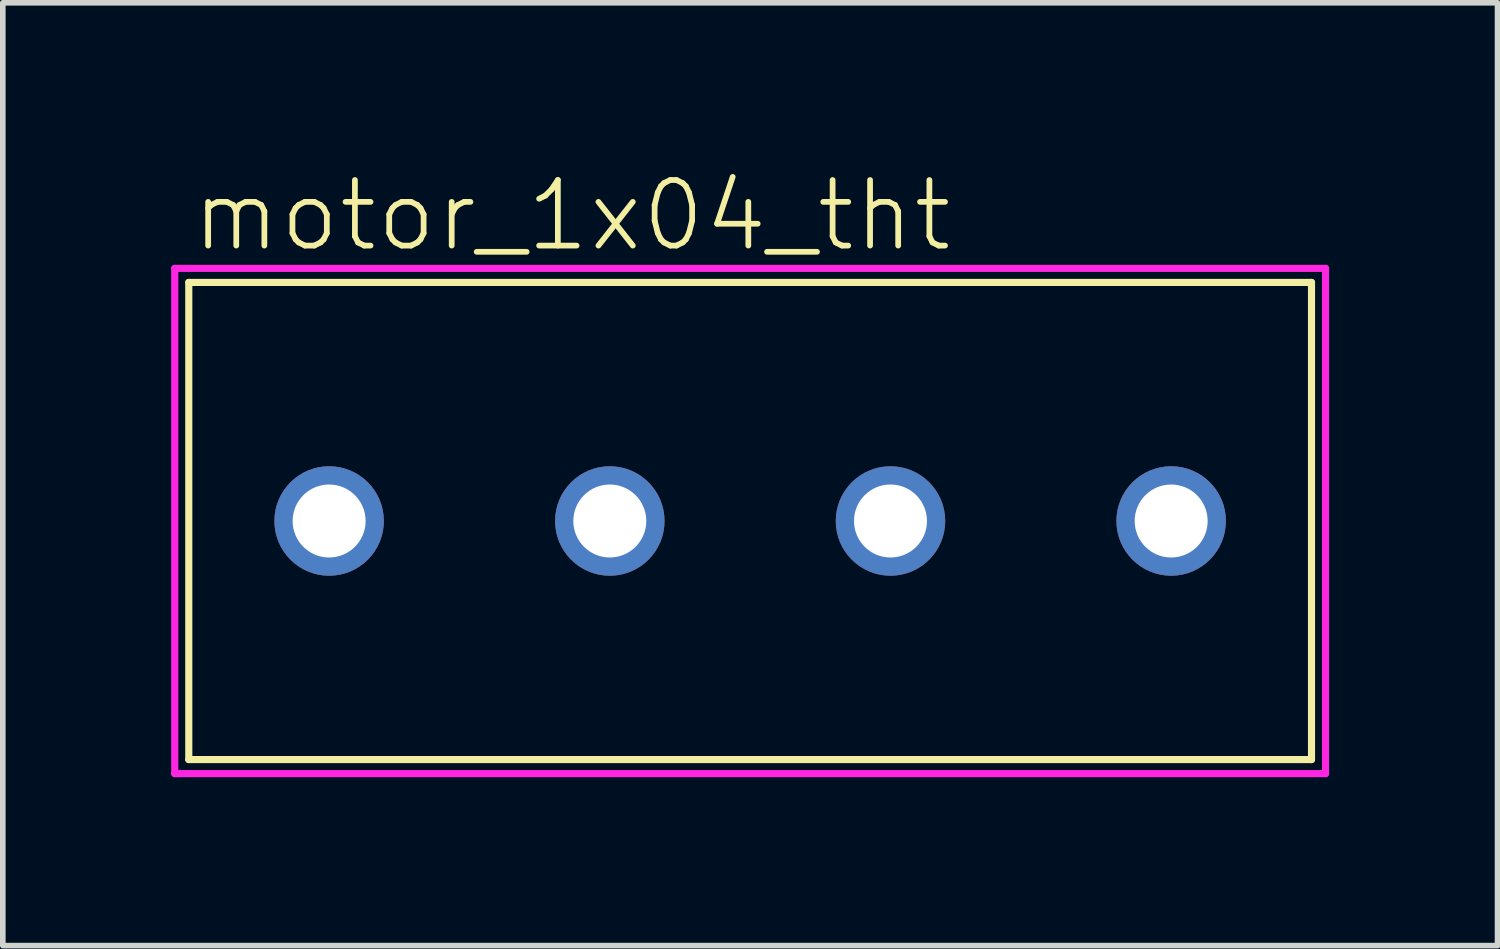
<source format=kicad_pcb>
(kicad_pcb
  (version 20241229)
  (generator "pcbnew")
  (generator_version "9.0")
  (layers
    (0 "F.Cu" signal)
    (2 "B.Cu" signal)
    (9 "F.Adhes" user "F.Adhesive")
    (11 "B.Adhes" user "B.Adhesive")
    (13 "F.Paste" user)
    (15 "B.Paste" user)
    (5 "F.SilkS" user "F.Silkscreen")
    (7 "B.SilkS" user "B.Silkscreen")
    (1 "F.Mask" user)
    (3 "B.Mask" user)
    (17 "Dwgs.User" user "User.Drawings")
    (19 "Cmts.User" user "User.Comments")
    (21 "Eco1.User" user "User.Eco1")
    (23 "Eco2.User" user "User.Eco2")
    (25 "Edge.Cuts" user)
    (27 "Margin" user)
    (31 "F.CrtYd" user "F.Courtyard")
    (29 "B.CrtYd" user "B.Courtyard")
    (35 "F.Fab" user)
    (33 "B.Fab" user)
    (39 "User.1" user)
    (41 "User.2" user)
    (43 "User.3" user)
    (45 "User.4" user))
  (footprint "motor_1x04_tht"
    (layer "F.Cu")
    (at 10.313 6.231)
    (property "Reference" "motor_1x04_tht" (at -10 -4.758 0) (layer "F.SilkS") (effects (font (size 1.168 1.168) (thickness 0.102)) (justify left bottom)))
    (fp_line (start -10 -4.25) (end 10 -4.25) (stroke (width 0.127) (type solid)) (layer "F.SilkS"))
    (fp_line (start -10 4.25) (end -10 -4.25) (stroke (width 0.127) (type solid)) (layer "F.SilkS"))
    (fp_line (start 10 -4.25) (end 10 4.25) (stroke (width 0.127) (type solid)) (layer "F.SilkS"))
    (fp_line (start 10 4.25) (end -10 4.25) (stroke (width 0.127) (type solid)) (layer "F.SilkS"))
    (fp_line (start -10.25 -4.5) (end 10.25 -4.5) (stroke (width 0.127) (type solid)) (layer "F.CrtYd"))
    (fp_line (start -10.25 4.5) (end -10.25 -4.5) (stroke (width 0.127) (type solid)) (layer "F.CrtYd"))
    (fp_line (start 10.25 -4.5) (end 10.25 4.5) (stroke (width 0.127) (type solid)) (layer "F.CrtYd"))
    (fp_line (start 10.25 4.5) (end -10.25 4.5) (stroke (width 0.127) (type solid)) (layer "F.CrtYd"))
    (pad "1" thru_hole circle (at -7.5 0) (size 1.95 1.95) (drill 1.3) (layers "*.Cu" "*.Mask"))
    (pad "2" thru_hole circle (at -2.5 0) (size 1.95 1.95) (drill 1.3) (layers "*.Cu" "*.Mask"))
    (pad "3" thru_hole circle (at 2.5 0) (size 1.95 1.95) (drill 1.3) (layers "*.Cu" "*.Mask"))
    (pad "4" thru_hole circle (at 7.5 0) (size 1.95 1.95) (drill 1.3) (layers "*.Cu" "*.Mask")))
  (gr_rect
    (start -3 -3)
    (end 23.627 13.795)
    (stroke (width 0.1) (type default))
    (fill no)
    (layer "Edge.Cuts")))
</source>
